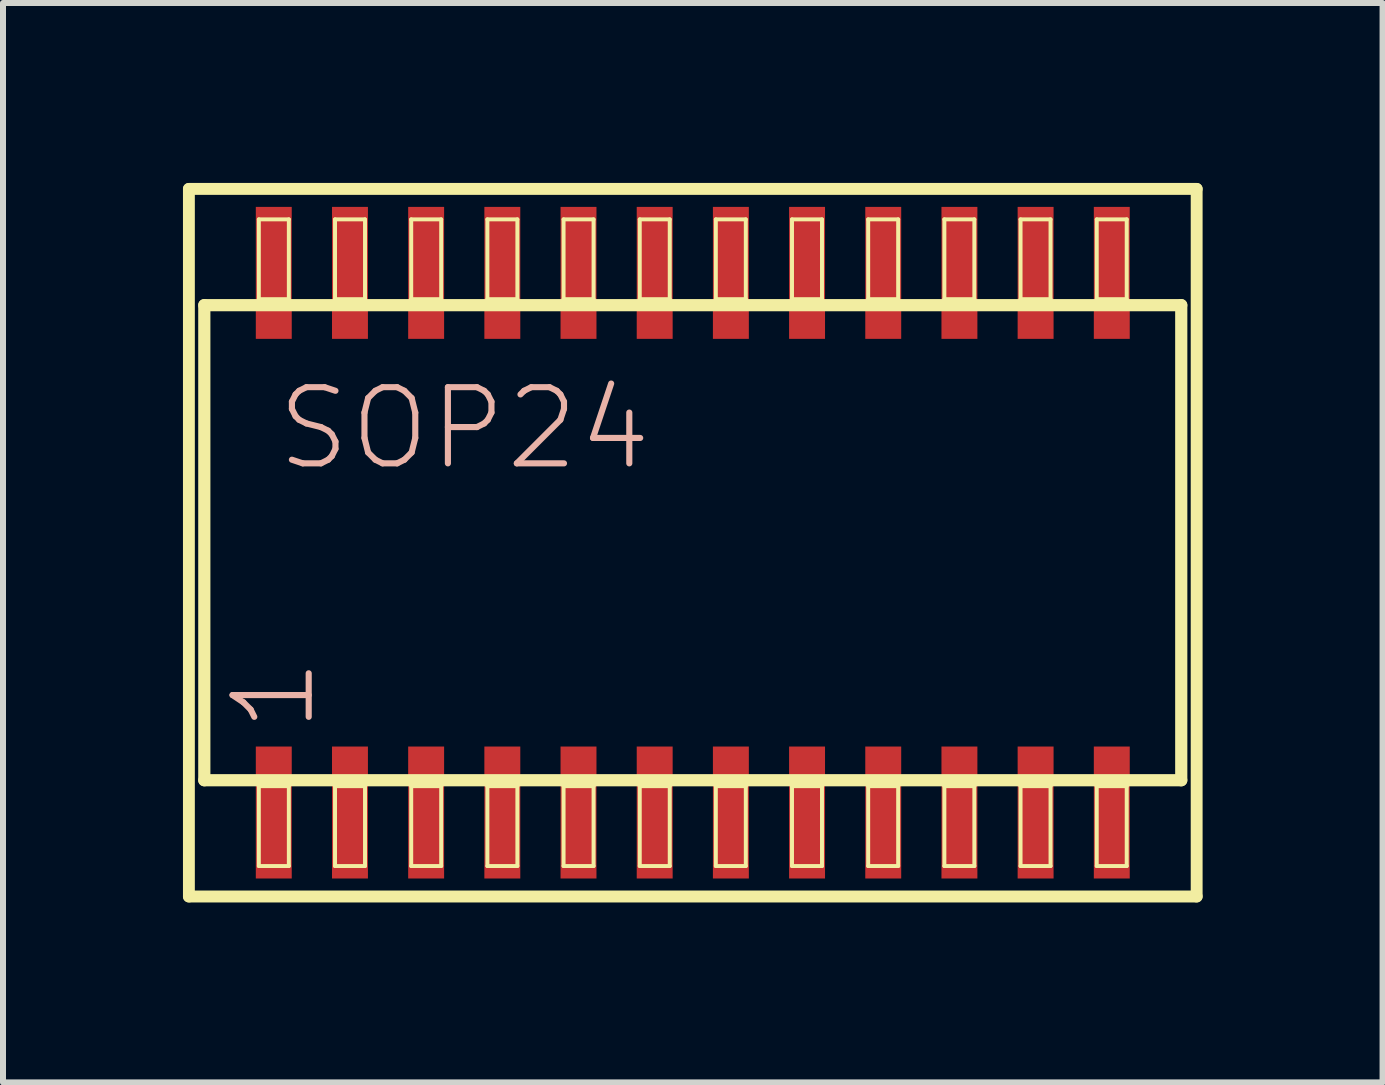
<source format=kicad_pcb>
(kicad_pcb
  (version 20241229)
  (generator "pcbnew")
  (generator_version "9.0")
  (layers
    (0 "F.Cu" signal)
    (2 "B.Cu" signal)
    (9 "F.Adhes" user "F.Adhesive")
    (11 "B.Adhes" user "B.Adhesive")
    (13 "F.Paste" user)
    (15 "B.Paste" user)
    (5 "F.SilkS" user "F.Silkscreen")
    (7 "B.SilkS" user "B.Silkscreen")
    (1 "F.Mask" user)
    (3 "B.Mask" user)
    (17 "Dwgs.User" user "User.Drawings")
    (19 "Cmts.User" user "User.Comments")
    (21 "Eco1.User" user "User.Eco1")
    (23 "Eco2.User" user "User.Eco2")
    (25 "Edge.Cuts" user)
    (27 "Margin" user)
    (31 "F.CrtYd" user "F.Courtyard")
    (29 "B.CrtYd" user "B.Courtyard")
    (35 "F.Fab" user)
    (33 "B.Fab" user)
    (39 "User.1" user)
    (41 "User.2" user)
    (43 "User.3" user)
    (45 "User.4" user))
  (footprint "SOP24"
    (layer "F.Cu")
    (at 8.499 5.997)
    (property "Reference" "SOP24" (at -3.81 -1.905 0) (layer "B.SilkS") (effects (font (size 1.27 1.27) (thickness 0.102))))
    (attr smd)
    (fp_line (start -8.4 -5.898) (end 8.4 -5.898) (stroke (width 0.198) (type solid)) (layer "F.SilkS"))
    (fp_line (start -8.4 5.898) (end -8.4 -5.898) (stroke (width 0.198) (type solid)) (layer "F.SilkS"))
    (fp_line (start -8.143 -3.96) (end 8.143 -3.96) (stroke (width 0.203) (type solid)) (layer "F.SilkS"))
    (fp_line (start -8.143 3.96) (end -8.143 -3.96) (stroke (width 0.203) (type solid)) (layer "F.SilkS"))
    (fp_line (start -7.234 -5.39) (end -6.734 -5.39) (stroke (width 0.066) (type solid)) (layer "F.SilkS"))
    (fp_line (start -7.234 -4.059) (end -7.234 -5.39) (stroke (width 0.066) (type solid)) (layer "F.SilkS"))
    (fp_line (start -7.234 -4.059) (end -6.734 -4.059) (stroke (width 0.066) (type solid)) (layer "F.SilkS"))
    (fp_line (start -7.234 4.059) (end -6.734 4.059) (stroke (width 0.066) (type solid)) (layer "F.SilkS"))
    (fp_line (start -7.234 5.39) (end -7.234 4.059) (stroke (width 0.066) (type solid)) (layer "F.SilkS"))
    (fp_line (start -7.234 5.39) (end -6.734 5.39) (stroke (width 0.066) (type solid)) (layer "F.SilkS"))
    (fp_line (start -6.734 -4.059) (end -6.734 -5.39) (stroke (width 0.066) (type solid)) (layer "F.SilkS"))
    (fp_line (start -6.734 5.39) (end -6.734 4.059) (stroke (width 0.066) (type solid)) (layer "F.SilkS"))
    (fp_line (start -5.964 -5.39) (end -5.464 -5.39) (stroke (width 0.066) (type solid)) (layer "F.SilkS"))
    (fp_line (start -5.964 -4.059) (end -5.964 -5.39) (stroke (width 0.066) (type solid)) (layer "F.SilkS"))
    (fp_line (start -5.964 -4.059) (end -5.464 -4.059) (stroke (width 0.066) (type solid)) (layer "F.SilkS"))
    (fp_line (start -5.964 4.059) (end -5.464 4.059) (stroke (width 0.066) (type solid)) (layer "F.SilkS"))
    (fp_line (start -5.964 5.39) (end -5.964 4.059) (stroke (width 0.066) (type solid)) (layer "F.SilkS"))
    (fp_line (start -5.964 5.39) (end -5.464 5.39) (stroke (width 0.066) (type solid)) (layer "F.SilkS"))
    (fp_line (start -5.464 -4.059) (end -5.464 -5.39) (stroke (width 0.066) (type solid)) (layer "F.SilkS"))
    (fp_line (start -5.464 5.39) (end -5.464 4.059) (stroke (width 0.066) (type solid)) (layer "F.SilkS"))
    (fp_line (start -4.694 -5.39) (end -4.194 -5.39) (stroke (width 0.066) (type solid)) (layer "F.SilkS"))
    (fp_line (start -4.694 -4.059) (end -4.694 -5.39) (stroke (width 0.066) (type solid)) (layer "F.SilkS"))
    (fp_line (start -4.694 -4.059) (end -4.194 -4.059) (stroke (width 0.066) (type solid)) (layer "F.SilkS"))
    (fp_line (start -4.694 4.059) (end -4.194 4.059) (stroke (width 0.066) (type solid)) (layer "F.SilkS"))
    (fp_line (start -4.694 5.39) (end -4.694 4.059) (stroke (width 0.066) (type solid)) (layer "F.SilkS"))
    (fp_line (start -4.694 5.39) (end -4.194 5.39) (stroke (width 0.066) (type solid)) (layer "F.SilkS"))
    (fp_line (start -4.194 -4.059) (end -4.194 -5.39) (stroke (width 0.066) (type solid)) (layer "F.SilkS"))
    (fp_line (start -4.194 5.39) (end -4.194 4.059) (stroke (width 0.066) (type solid)) (layer "F.SilkS"))
    (fp_line (start -3.424 -5.39) (end -2.924 -5.39) (stroke (width 0.066) (type solid)) (layer "F.SilkS"))
    (fp_line (start -3.424 -4.059) (end -3.424 -5.39) (stroke (width 0.066) (type solid)) (layer "F.SilkS"))
    (fp_line (start -3.424 -4.059) (end -2.924 -4.059) (stroke (width 0.066) (type solid)) (layer "F.SilkS"))
    (fp_line (start -3.424 4.059) (end -2.924 4.059) (stroke (width 0.066) (type solid)) (layer "F.SilkS"))
    (fp_line (start -3.424 5.39) (end -3.424 4.059) (stroke (width 0.066) (type solid)) (layer "F.SilkS"))
    (fp_line (start -3.424 5.39) (end -2.924 5.39) (stroke (width 0.066) (type solid)) (layer "F.SilkS"))
    (fp_line (start -2.924 -4.059) (end -2.924 -5.39) (stroke (width 0.066) (type solid)) (layer "F.SilkS"))
    (fp_line (start -2.924 5.39) (end -2.924 4.059) (stroke (width 0.066) (type solid)) (layer "F.SilkS"))
    (fp_line (start -2.154 -5.39) (end -1.654 -5.39) (stroke (width 0.066) (type solid)) (layer "F.SilkS"))
    (fp_line (start -2.154 -4.059) (end -2.154 -5.39) (stroke (width 0.066) (type solid)) (layer "F.SilkS"))
    (fp_line (start -2.154 -4.059) (end -1.654 -4.059) (stroke (width 0.066) (type solid)) (layer "F.SilkS"))
    (fp_line (start -2.154 4.059) (end -1.654 4.059) (stroke (width 0.066) (type solid)) (layer "F.SilkS"))
    (fp_line (start -2.154 5.39) (end -2.154 4.059) (stroke (width 0.066) (type solid)) (layer "F.SilkS"))
    (fp_line (start -2.154 5.39) (end -1.654 5.39) (stroke (width 0.066) (type solid)) (layer "F.SilkS"))
    (fp_line (start -1.654 -4.059) (end -1.654 -5.39) (stroke (width 0.066) (type solid)) (layer "F.SilkS"))
    (fp_line (start -1.654 5.39) (end -1.654 4.059) (stroke (width 0.066) (type solid)) (layer "F.SilkS"))
    (fp_line (start -0.884 -5.39) (end -0.384 -5.39) (stroke (width 0.066) (type solid)) (layer "F.SilkS"))
    (fp_line (start -0.884 -4.059) (end -0.884 -5.39) (stroke (width 0.066) (type solid)) (layer "F.SilkS"))
    (fp_line (start -0.884 -4.059) (end -0.384 -4.059) (stroke (width 0.066) (type solid)) (layer "F.SilkS"))
    (fp_line (start -0.884 4.059) (end -0.384 4.059) (stroke (width 0.066) (type solid)) (layer "F.SilkS"))
    (fp_line (start -0.884 5.39) (end -0.884 4.059) (stroke (width 0.066) (type solid)) (layer "F.SilkS"))
    (fp_line (start -0.884 5.39) (end -0.384 5.39) (stroke (width 0.066) (type solid)) (layer "F.SilkS"))
    (fp_line (start -0.384 -4.059) (end -0.384 -5.39) (stroke (width 0.066) (type solid)) (layer "F.SilkS"))
    (fp_line (start -0.384 5.39) (end -0.384 4.059) (stroke (width 0.066) (type solid)) (layer "F.SilkS"))
    (fp_line (start 0.384 -5.39) (end 0.884 -5.39) (stroke (width 0.066) (type solid)) (layer "F.SilkS"))
    (fp_line (start 0.384 -4.059) (end 0.384 -5.39) (stroke (width 0.066) (type solid)) (layer "F.SilkS"))
    (fp_line (start 0.384 -4.059) (end 0.884 -4.059) (stroke (width 0.066) (type solid)) (layer "F.SilkS"))
    (fp_line (start 0.384 4.059) (end 0.884 4.059) (stroke (width 0.066) (type solid)) (layer "F.SilkS"))
    (fp_line (start 0.384 5.39) (end 0.384 4.059) (stroke (width 0.066) (type solid)) (layer "F.SilkS"))
    (fp_line (start 0.384 5.39) (end 0.884 5.39) (stroke (width 0.066) (type solid)) (layer "F.SilkS"))
    (fp_line (start 0.884 -4.059) (end 0.884 -5.39) (stroke (width 0.066) (type solid)) (layer "F.SilkS"))
    (fp_line (start 0.884 5.39) (end 0.884 4.059) (stroke (width 0.066) (type solid)) (layer "F.SilkS"))
    (fp_line (start 1.654 -5.39) (end 2.154 -5.39) (stroke (width 0.066) (type solid)) (layer "F.SilkS"))
    (fp_line (start 1.654 -4.059) (end 1.654 -5.39) (stroke (width 0.066) (type solid)) (layer "F.SilkS"))
    (fp_line (start 1.654 -4.059) (end 2.154 -4.059) (stroke (width 0.066) (type solid)) (layer "F.SilkS"))
    (fp_line (start 1.654 4.059) (end 2.154 4.059) (stroke (width 0.066) (type solid)) (layer "F.SilkS"))
    (fp_line (start 1.654 5.39) (end 1.654 4.059) (stroke (width 0.066) (type solid)) (layer "F.SilkS"))
    (fp_line (start 1.654 5.39) (end 2.154 5.39) (stroke (width 0.066) (type solid)) (layer "F.SilkS"))
    (fp_line (start 2.154 -4.059) (end 2.154 -5.39) (stroke (width 0.066) (type solid)) (layer "F.SilkS"))
    (fp_line (start 2.154 5.39) (end 2.154 4.059) (stroke (width 0.066) (type solid)) (layer "F.SilkS"))
    (fp_line (start 2.924 -5.39) (end 3.424 -5.39) (stroke (width 0.066) (type solid)) (layer "F.SilkS"))
    (fp_line (start 2.924 -4.059) (end 2.924 -5.39) (stroke (width 0.066) (type solid)) (layer "F.SilkS"))
    (fp_line (start 2.924 -4.059) (end 3.424 -4.059) (stroke (width 0.066) (type solid)) (layer "F.SilkS"))
    (fp_line (start 2.924 4.059) (end 3.424 4.059) (stroke (width 0.066) (type solid)) (layer "F.SilkS"))
    (fp_line (start 2.924 5.39) (end 2.924 4.059) (stroke (width 0.066) (type solid)) (layer "F.SilkS"))
    (fp_line (start 2.924 5.39) (end 3.424 5.39) (stroke (width 0.066) (type solid)) (layer "F.SilkS"))
    (fp_line (start 3.424 -4.059) (end 3.424 -5.39) (stroke (width 0.066) (type solid)) (layer "F.SilkS"))
    (fp_line (start 3.424 5.39) (end 3.424 4.059) (stroke (width 0.066) (type solid)) (layer "F.SilkS"))
    (fp_line (start 4.194 -5.39) (end 4.694 -5.39) (stroke (width 0.066) (type solid)) (layer "F.SilkS"))
    (fp_line (start 4.194 -4.059) (end 4.194 -5.39) (stroke (width 0.066) (type solid)) (layer "F.SilkS"))
    (fp_line (start 4.194 -4.059) (end 4.694 -4.059) (stroke (width 0.066) (type solid)) (layer "F.SilkS"))
    (fp_line (start 4.194 4.059) (end 4.694 4.059) (stroke (width 0.066) (type solid)) (layer "F.SilkS"))
    (fp_line (start 4.194 5.39) (end 4.194 4.059) (stroke (width 0.066) (type solid)) (layer "F.SilkS"))
    (fp_line (start 4.194 5.39) (end 4.694 5.39) (stroke (width 0.066) (type solid)) (layer "F.SilkS"))
    (fp_line (start 4.694 -4.059) (end 4.694 -5.39) (stroke (width 0.066) (type solid)) (layer "F.SilkS"))
    (fp_line (start 4.694 5.39) (end 4.694 4.059) (stroke (width 0.066) (type solid)) (layer "F.SilkS"))
    (fp_line (start 5.464 -5.39) (end 5.964 -5.39) (stroke (width 0.066) (type solid)) (layer "F.SilkS"))
    (fp_line (start 5.464 -4.059) (end 5.464 -5.39) (stroke (width 0.066) (type solid)) (layer "F.SilkS"))
    (fp_line (start 5.464 -4.059) (end 5.964 -4.059) (stroke (width 0.066) (type solid)) (layer "F.SilkS"))
    (fp_line (start 5.464 4.059) (end 5.964 4.059) (stroke (width 0.066) (type solid)) (layer "F.SilkS"))
    (fp_line (start 5.464 5.39) (end 5.464 4.059) (stroke (width 0.066) (type solid)) (layer "F.SilkS"))
    (fp_line (start 5.464 5.39) (end 5.964 5.39) (stroke (width 0.066) (type solid)) (layer "F.SilkS"))
    (fp_line (start 5.964 -4.059) (end 5.964 -5.39) (stroke (width 0.066) (type solid)) (layer "F.SilkS"))
    (fp_line (start 5.964 5.39) (end 5.964 4.059) (stroke (width 0.066) (type solid)) (layer "F.SilkS"))
    (fp_line (start 6.734 -5.39) (end 7.234 -5.39) (stroke (width 0.066) (type solid)) (layer "F.SilkS"))
    (fp_line (start 6.734 -4.059) (end 6.734 -5.39) (stroke (width 0.066) (type solid)) (layer "F.SilkS"))
    (fp_line (start 6.734 -4.059) (end 7.234 -4.059) (stroke (width 0.066) (type solid)) (layer "F.SilkS"))
    (fp_line (start 6.734 4.059) (end 7.234 4.059) (stroke (width 0.066) (type solid)) (layer "F.SilkS"))
    (fp_line (start 6.734 5.39) (end 6.734 4.059) (stroke (width 0.066) (type solid)) (layer "F.SilkS"))
    (fp_line (start 6.734 5.39) (end 7.234 5.39) (stroke (width 0.066) (type solid)) (layer "F.SilkS"))
    (fp_line (start 7.234 -4.059) (end 7.234 -5.39) (stroke (width 0.066) (type solid)) (layer "F.SilkS"))
    (fp_line (start 7.234 5.39) (end 7.234 4.059) (stroke (width 0.066) (type solid)) (layer "F.SilkS"))
    (fp_line (start 8.143 -3.96) (end 8.143 3.96) (stroke (width 0.203) (type solid)) (layer "F.SilkS"))
    (fp_line (start 8.143 3.96) (end -8.143 3.96) (stroke (width 0.203) (type solid)) (layer "F.SilkS"))
    (fp_line (start 8.4 -5.898) (end 8.4 5.898) (stroke (width 0.198) (type solid)) (layer "F.SilkS"))
    (fp_line (start 8.4 5.898) (end -8.4 5.898) (stroke (width 0.198) (type solid)) (layer "F.SilkS"))
    (fp_text user "1" (at -6.985 2.54 90) (layer "B.SilkS") (effects (font (size 1.27 1.27) (thickness 0.102))))
    (pad "1" smd rect (at -6.985 4.498) (size 0.599 2.2) (layers "F.Cu" "F.Mask" "F.Paste"))
    (pad "2" smd rect (at -5.715 4.498) (size 0.599 2.2) (layers "F.Cu" "F.Mask" "F.Paste"))
    (pad "3" smd rect (at -4.445 4.498) (size 0.599 2.2) (layers "F.Cu" "F.Mask" "F.Paste"))
    (pad "4" smd rect (at -3.175 4.498) (size 0.599 2.2) (layers "F.Cu" "F.Mask" "F.Paste"))
    (pad "5" smd rect (at -1.905 4.498) (size 0.599 2.2) (layers "F.Cu" "F.Mask" "F.Paste"))
    (pad "6" smd rect (at -0.635 4.498) (size 0.599 2.2) (layers "F.Cu" "F.Mask" "F.Paste"))
    (pad "7" smd rect (at 0.635 4.498) (size 0.599 2.2) (layers "F.Cu" "F.Mask" "F.Paste"))
    (pad "8" smd rect (at 1.905 4.498) (size 0.599 2.2) (layers "F.Cu" "F.Mask" "F.Paste"))
    (pad "9" smd rect (at 3.175 4.498) (size 0.599 2.2) (layers "F.Cu" "F.Mask" "F.Paste"))
    (pad "10" smd rect (at 4.445 4.498) (size 0.599 2.2) (layers "F.Cu" "F.Mask" "F.Paste"))
    (pad "11" smd rect (at 5.715 4.498) (size 0.599 2.2) (layers "F.Cu" "F.Mask" "F.Paste"))
    (pad "12" smd rect (at 6.985 4.498) (size 0.599 2.2) (layers "F.Cu" "F.Mask" "F.Paste"))
    (pad "13" smd rect (at 6.985 -4.498) (size 0.599 2.2) (layers "F.Cu" "F.Mask" "F.Paste"))
    (pad "14" smd rect (at 5.715 -4.498) (size 0.599 2.2) (layers "F.Cu" "F.Mask" "F.Paste"))
    (pad "15" smd rect (at 4.445 -4.498) (size 0.599 2.2) (layers "F.Cu" "F.Mask" "F.Paste"))
    (pad "16" smd rect (at 3.175 -4.498) (size 0.599 2.2) (layers "F.Cu" "F.Mask" "F.Paste"))
    (pad "17" smd rect (at 1.905 -4.498) (size 0.599 2.2) (layers "F.Cu" "F.Mask" "F.Paste"))
    (pad "18" smd rect (at 0.635 -4.498) (size 0.599 2.2) (layers "F.Cu" "F.Mask" "F.Paste"))
    (pad "19" smd rect (at -0.635 -4.498) (size 0.599 2.2) (layers "F.Cu" "F.Mask" "F.Paste"))
    (pad "20" smd rect (at -1.905 -4.498) (size 0.599 2.2) (layers "F.Cu" "F.Mask" "F.Paste"))
    (pad "21" smd rect (at -3.175 -4.498) (size 0.599 2.2) (layers "F.Cu" "F.Mask" "F.Paste"))
    (pad "22" smd rect (at -4.445 -4.498) (size 0.599 2.2) (layers "F.Cu" "F.Mask" "F.Paste"))
    (pad "23" smd rect (at -5.715 -4.498) (size 0.599 2.2) (layers "F.Cu" "F.Mask" "F.Paste"))
    (pad "24" smd rect (at -6.985 -4.498) (size 0.599 2.2) (layers "F.Cu" "F.Mask" "F.Paste")))
  (gr_rect
    (start -3 -3)
    (end 19.998 14.994)
    (stroke (width 0.1) (type default))
    (fill no)
    (layer "Edge.Cuts")))
</source>
